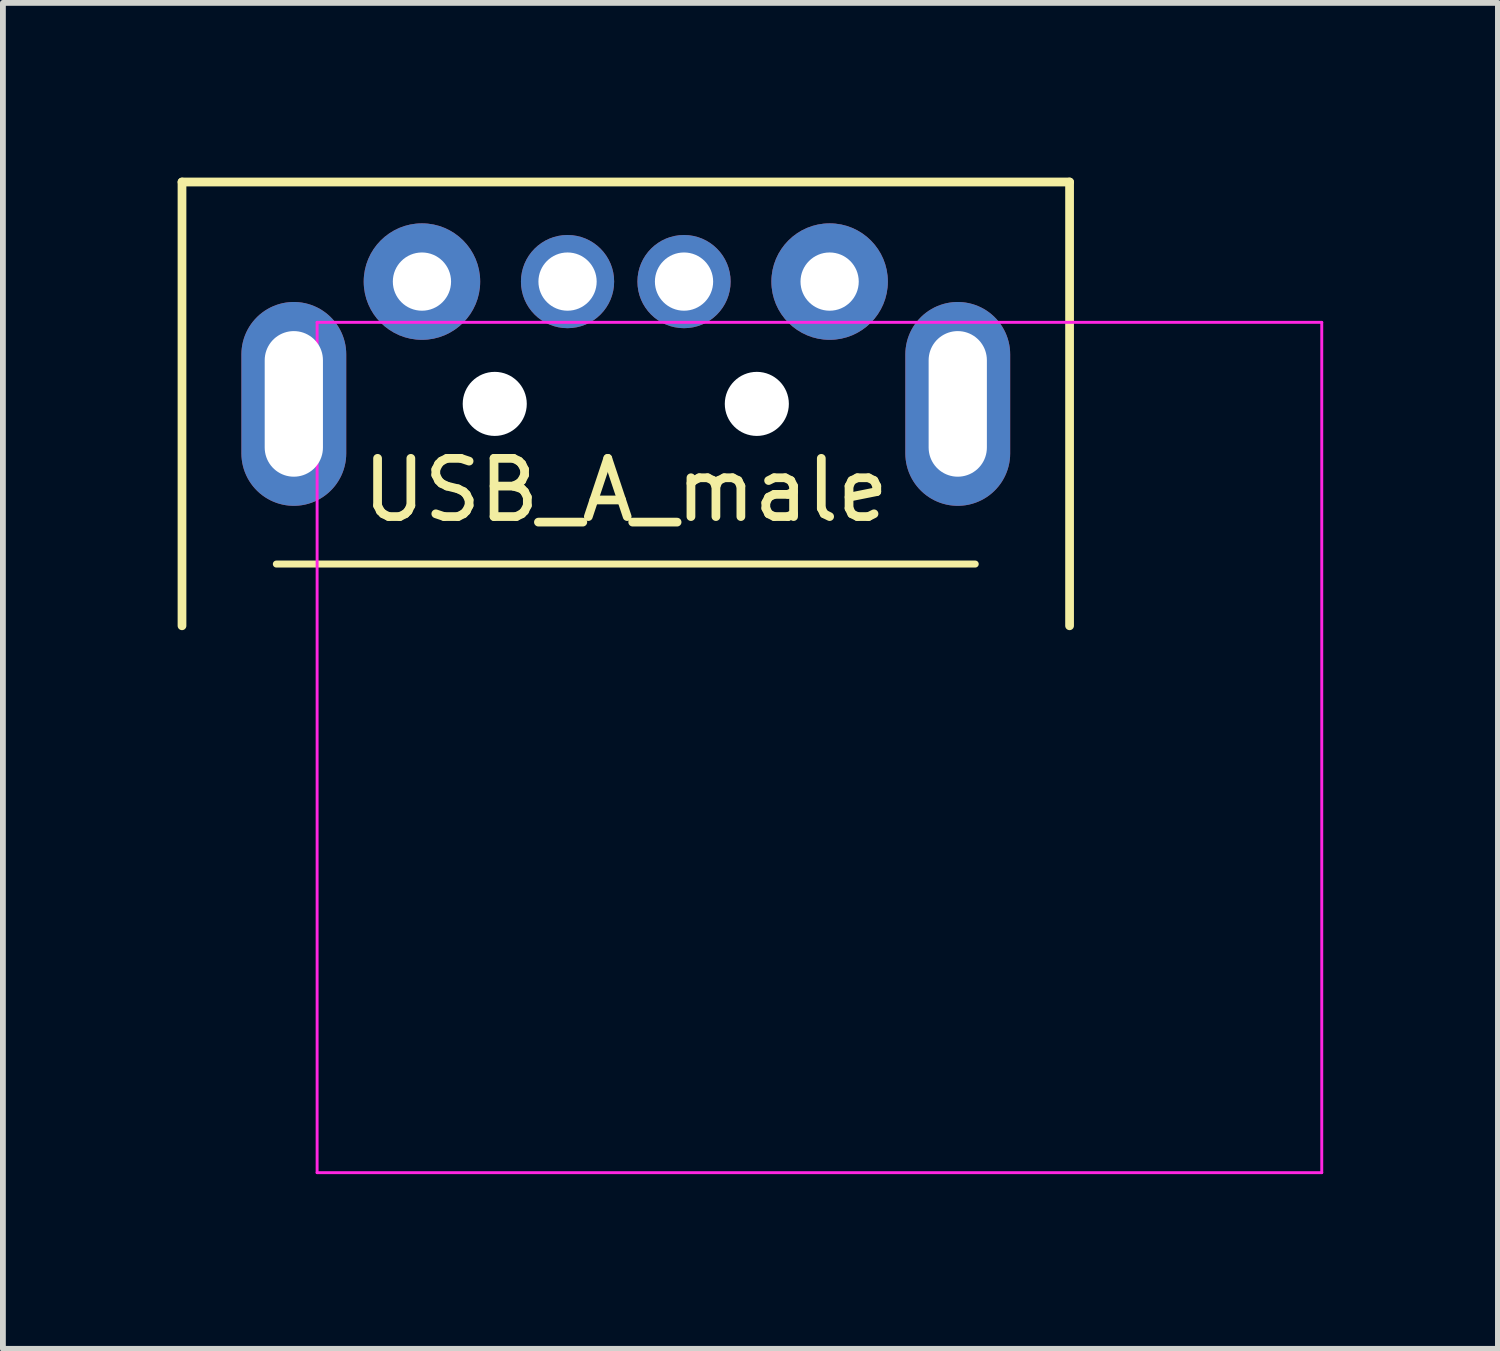
<source format=kicad_pcb>
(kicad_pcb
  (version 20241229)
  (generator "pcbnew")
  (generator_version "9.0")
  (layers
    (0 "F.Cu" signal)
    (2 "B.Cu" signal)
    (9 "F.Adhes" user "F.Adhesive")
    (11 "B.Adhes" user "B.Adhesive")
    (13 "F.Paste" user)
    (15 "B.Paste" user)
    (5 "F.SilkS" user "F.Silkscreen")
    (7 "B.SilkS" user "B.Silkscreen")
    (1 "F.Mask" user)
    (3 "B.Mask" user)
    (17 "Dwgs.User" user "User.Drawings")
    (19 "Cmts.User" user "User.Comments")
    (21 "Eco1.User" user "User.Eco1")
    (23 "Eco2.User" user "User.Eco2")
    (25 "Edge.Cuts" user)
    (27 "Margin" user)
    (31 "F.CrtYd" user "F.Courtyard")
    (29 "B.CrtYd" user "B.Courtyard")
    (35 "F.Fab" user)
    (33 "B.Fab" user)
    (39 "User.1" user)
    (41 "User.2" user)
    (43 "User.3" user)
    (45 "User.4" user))
  (footprint "USB_A_male"
    (layer "F.Cu")
    (at 7.695 6.635)
    (property "Reference" "USB_A_male" (at 0 -1.27 0) (layer "F.SilkS") (effects (font (size 1 1) (thickness 0.15))))
    (attr through_hole)
    (fp_line (start -7.62 -6.56) (end -7.62 1.06) (stroke (width 0.15) (type solid)) (layer "F.SilkS"))
    (fp_line (start -7.62 -6.56) (end 7.62 -6.56) (stroke (width 0.15) (type solid)) (layer "F.SilkS"))
    (fp_line (start -6 0) (end 6 0) (stroke (width 0.12) (type solid)) (layer "F.SilkS"))
    (fp_line (start 7.62 -6.56) (end 7.62 1.06) (stroke (width 0.15) (type solid)) (layer "F.SilkS"))
    (fp_line (start -5.3 -4.15) (end 11.95 -4.15) (stroke (width 0.05) (type solid)) (layer "F.CrtYd"))
    (fp_line (start -5.3 10.45) (end -5.3 -4.15) (stroke (width 0.05) (type solid)) (layer "F.CrtYd"))
    (fp_line (start -5.3 10.45) (end 11.95 10.45) (stroke (width 0.05) (type solid)) (layer "F.CrtYd"))
    (fp_line (start 11.95 -4.15) (end 11.95 10.45) (stroke (width 0.05) (type solid)) (layer "F.CrtYd"))
    (pad "" thru_hole oval (at -5.7 -2.75) (size 1.8 3.5) (drill oval 1 2.5) (layers "*.Cu" "*.Mask"))
    (pad "" np_thru_hole circle (at -2.25 -2.75) (size 1.1 1.1) (drill 1.1) (layers "*.Cu" "*.Mask"))
    (pad "" np_thru_hole circle (at 2.25 -2.75) (size 1.1 1.1) (drill 1.1) (layers "*.Cu" "*.Mask"))
    (pad "" thru_hole oval (at 5.7 -2.75) (size 1.8 3.5) (drill oval 1 2.5) (layers "*.Cu" "*.Mask"))
    (pad "1" thru_hole circle (at 3.5 -4.85) (size 2 2) (drill 1) (layers "*.Cu" "*.Mask"))
    (pad "2" thru_hole circle (at 1 -4.85) (size 1.6 1.6) (drill 1) (layers "*.Cu" "*.Mask"))
    (pad "3" thru_hole circle (at -1 -4.85) (size 1.6 1.6) (drill 1) (layers "*.Cu" "*.Mask"))
    (pad "4" thru_hole circle (at -3.5 -4.85) (size 2 2) (drill 1) (layers "*.Cu" "*.Mask")))
  (gr_rect
    (start -3 -3)
    (end 22.67 20.11)
    (stroke (width 0.1) (type default))
    (fill no)
    (layer "Edge.Cuts")))
</source>
